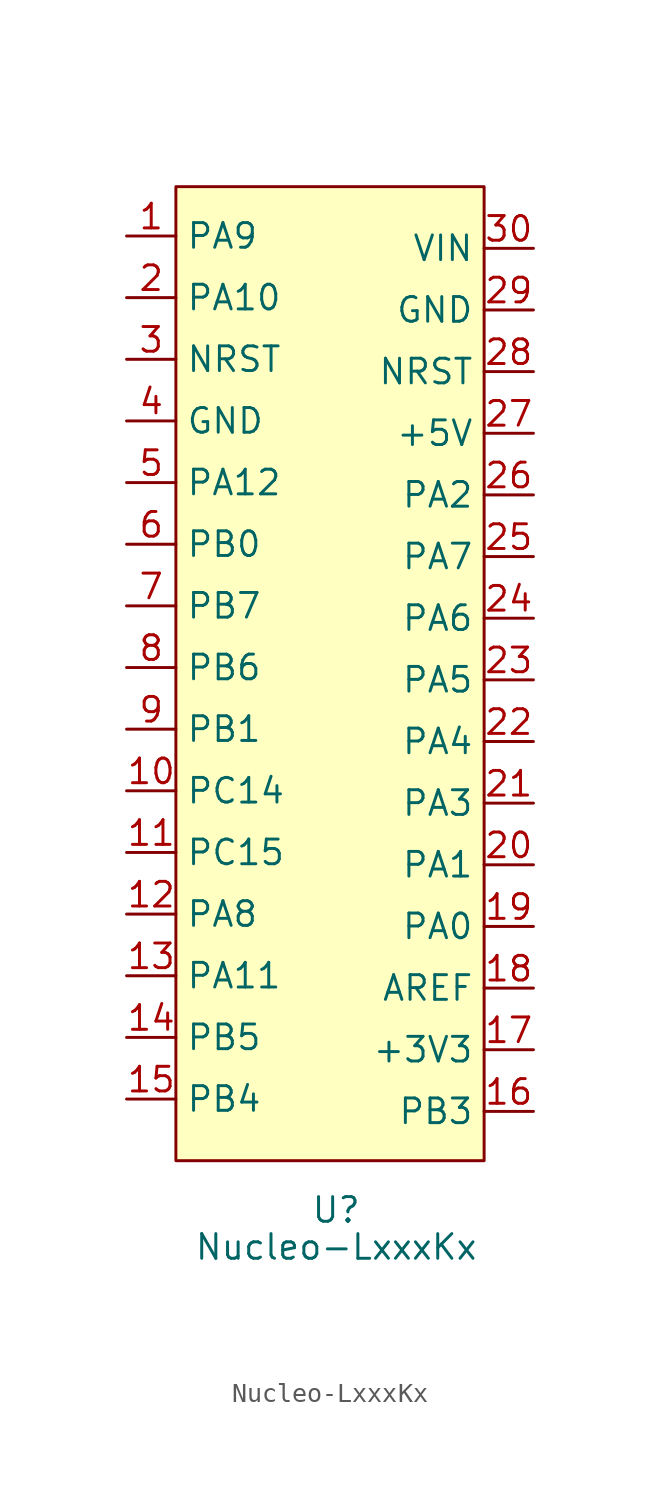
<source format=kicad_sym>
(kicad_symbol_lib
  (version 20211014)
  (generator kicad_symbol_editor)
  (symbol "Nucleo-LxxxKx"
    (property "Reference" "U"
      (at 0 0 0)
      (effects (font (size 1.27 1.27))))
    (property "Value" "Nucleo-LxxxKx"
      (at 0 -1.905 0)
      (effects (font (size 1.27 1.27))))
    (symbol "Nucleo-LxxxKx_0_1"
      (rectangle (start 7.62 2.54) (end -8.255 52.705) (stroke (width 0.152) (type default) (color 0 0 0 0)) (fill (type background))))
    (symbol "Nucleo-LxxxKx_1_1"
      (pin input line (at -10.795 50.165 0) (length 2.54) (name "PA9" (effects (font (size 1.27 1.27)))) (number "1" (effects (font (size 1.27 1.27)))))
      (pin input line (at -10.795 21.59 0) (length 2.54) (name "PC14" (effects (font (size 1.27 1.27)))) (number "10" (effects (font (size 1.27 1.27)))))
      (pin input line (at -10.795 18.415 0) (length 2.54) (name "PC15" (effects (font (size 1.27 1.27)))) (number "11" (effects (font (size 1.27 1.27)))))
      (pin input line (at -10.795 15.24 0) (length 2.54) (name "PA8" (effects (font (size 1.27 1.27)))) (number "12" (effects (font (size 1.27 1.27)))))
      (pin input line (at -10.795 12.065 0) (length 2.54) (name "PA11" (effects (font (size 1.27 1.27)))) (number "13" (effects (font (size 1.27 1.27)))))
      (pin input line (at -10.795 8.89 0) (length 2.54) (name "PB5" (effects (font (size 1.27 1.27)))) (number "14" (effects (font (size 1.27 1.27)))))
      (pin input line (at -10.795 5.715 0) (length 2.54) (name "PB4" (effects (font (size 1.27 1.27)))) (number "15" (effects (font (size 1.27 1.27)))))
      (pin input line (at 10.16 5.08 180) (length 2.54) (name "PB3" (effects (font (size 1.27 1.27)))) (number "16" (effects (font (size 1.27 1.27)))))
      (pin input line (at 10.16 8.255 180) (length 2.54) (name "+3V3" (effects (font (size 1.27 1.27)))) (number "17" (effects (font (size 1.27 1.27)))))
      (pin input line (at 10.16 11.43 180) (length 2.54) (name "AREF" (effects (font (size 1.27 1.27)))) (number "18" (effects (font (size 1.27 1.27)))))
      (pin input line (at 10.16 14.605 180) (length 2.54) (name "PA0" (effects (font (size 1.27 1.27)))) (number "19" (effects (font (size 1.27 1.27)))))
      (pin input line (at -10.795 46.99 0) (length 2.54) (name "PA10" (effects (font (size 1.27 1.27)))) (number "2" (effects (font (size 1.27 1.27)))))
      (pin input line (at 10.16 17.78 180) (length 2.54) (name "PA1" (effects (font (size 1.27 1.27)))) (number "20" (effects (font (size 1.27 1.27)))))
      (pin input line (at 10.16 20.955 180) (length 2.54) (name "PA3" (effects (font (size 1.27 1.27)))) (number "21" (effects (font (size 1.27 1.27)))))
      (pin input line (at 10.16 24.13 180) (length 2.54) (name "PA4" (effects (font (size 1.27 1.27)))) (number "22" (effects (font (size 1.27 1.27)))))
      (pin input line (at 10.16 27.305 180) (length 2.54) (name "PA5" (effects (font (size 1.27 1.27)))) (number "23" (effects (font (size 1.27 1.27)))))
      (pin input line (at 10.16 30.48 180) (length 2.54) (name "PA6" (effects (font (size 1.27 1.27)))) (number "24" (effects (font (size 1.27 1.27)))))
      (pin input line (at 10.16 33.655 180) (length 2.54) (name "PA7" (effects (font (size 1.27 1.27)))) (number "25" (effects (font (size 1.27 1.27)))))
      (pin input line (at 10.16 36.83 180) (length 2.54) (name "PA2" (effects (font (size 1.27 1.27)))) (number "26" (effects (font (size 1.27 1.27)))))
      (pin input line (at 10.16 40.005 180) (length 2.54) (name "+5V" (effects (font (size 1.27 1.27)))) (number "27" (effects (font (size 1.27 1.27)))))
      (pin input line (at 10.16 43.18 180) (length 2.54) (name "NRST" (effects (font (size 1.27 1.27)))) (number "28" (effects (font (size 1.27 1.27)))))
      (pin input line (at 10.16 46.355 180) (length 2.54) (name "GND" (effects (font (size 1.27 1.27)))) (number "29" (effects (font (size 1.27 1.27)))))
      (pin input line (at -10.795 43.815 0) (length 2.54) (name "NRST" (effects (font (size 1.27 1.27)))) (number "3" (effects (font (size 1.27 1.27)))))
      (pin input line (at 10.16 49.53 180) (length 2.54) (name "VIN" (effects (font (size 1.27 1.27)))) (number "30" (effects (font (size 1.27 1.27)))))
      (pin input line (at -10.795 40.64 0) (length 2.54) (name "GND" (effects (font (size 1.27 1.27)))) (number "4" (effects (font (size 1.27 1.27)))))
      (pin input line (at -10.795 37.465 0) (length 2.54) (name "PA12" (effects (font (size 1.27 1.27)))) (number "5" (effects (font (size 1.27 1.27)))))
      (pin input line (at -10.795 34.29 0) (length 2.54) (name "PB0" (effects (font (size 1.27 1.27)))) (number "6" (effects (font (size 1.27 1.27)))))
      (pin input line (at -10.795 31.115 0) (length 2.54) (name "PB7" (effects (font (size 1.27 1.27)))) (number "7" (effects (font (size 1.27 1.27)))))
      (pin input line (at -10.795 27.94 0) (length 2.54) (name "PB6" (effects (font (size 1.27 1.27)))) (number "8" (effects (font (size 1.27 1.27)))))
      (pin input line (at -10.795 24.765 0) (length 2.54) (name "PB1" (effects (font (size 1.27 1.27)))) (number "9" (effects (font (size 1.27 1.27))))))))
</source>
